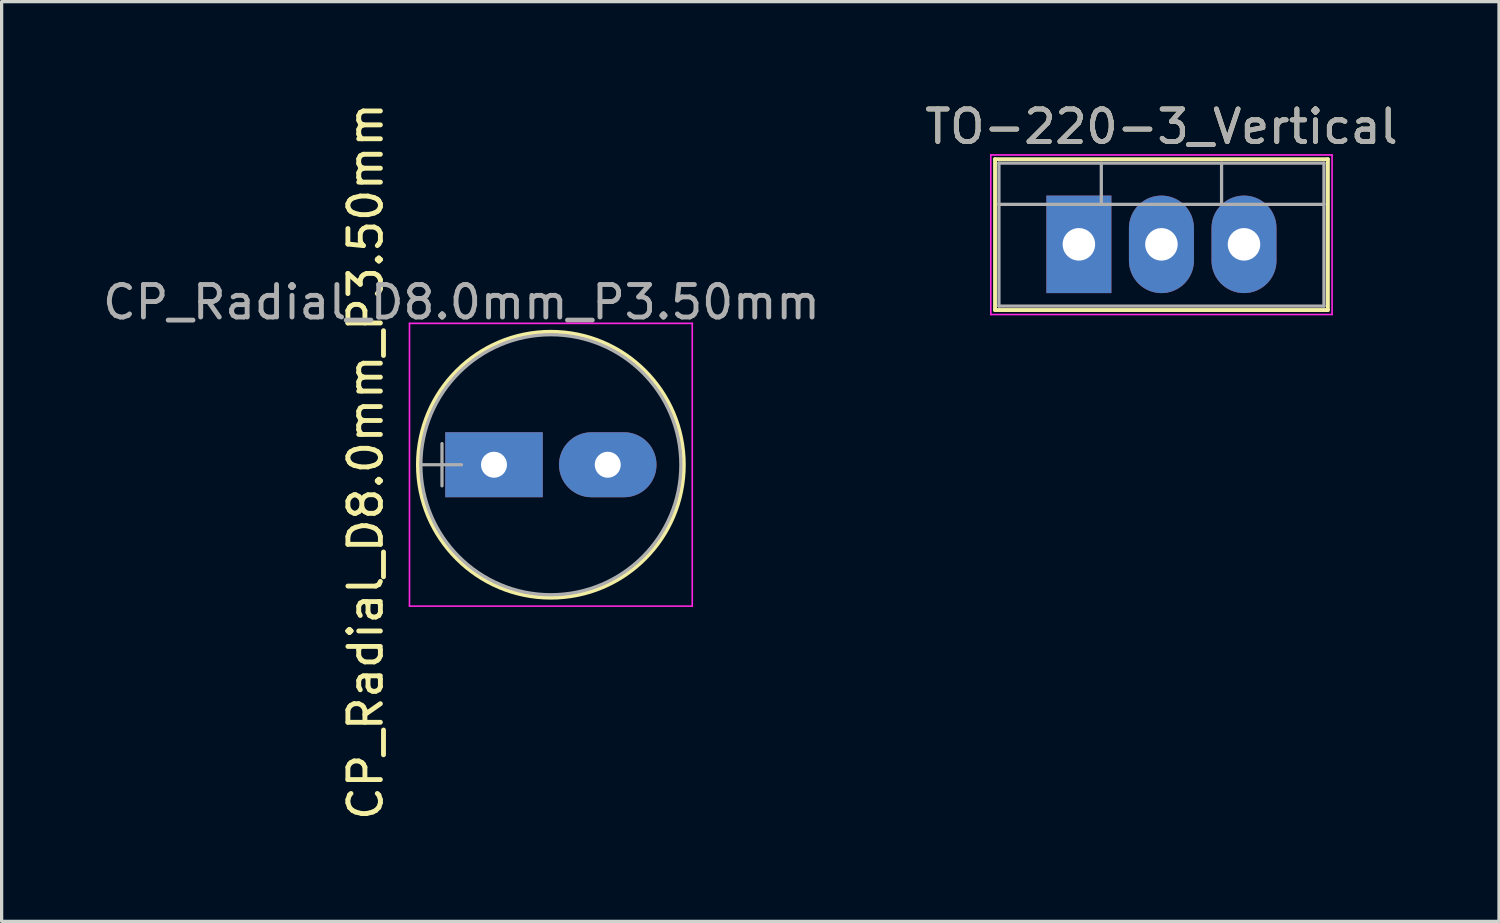
<source format=kicad_pcb>
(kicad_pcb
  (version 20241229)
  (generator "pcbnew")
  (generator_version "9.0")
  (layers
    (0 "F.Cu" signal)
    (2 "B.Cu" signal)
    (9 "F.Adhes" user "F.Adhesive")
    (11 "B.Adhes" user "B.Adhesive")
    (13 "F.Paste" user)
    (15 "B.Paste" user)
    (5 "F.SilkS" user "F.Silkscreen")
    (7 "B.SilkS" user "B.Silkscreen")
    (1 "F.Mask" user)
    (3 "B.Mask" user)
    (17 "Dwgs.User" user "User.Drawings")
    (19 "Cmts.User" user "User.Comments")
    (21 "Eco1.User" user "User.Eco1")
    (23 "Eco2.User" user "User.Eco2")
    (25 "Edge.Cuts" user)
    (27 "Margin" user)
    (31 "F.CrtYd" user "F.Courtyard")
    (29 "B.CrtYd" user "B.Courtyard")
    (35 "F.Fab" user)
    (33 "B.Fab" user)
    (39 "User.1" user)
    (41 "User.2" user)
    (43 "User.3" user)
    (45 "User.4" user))
  (footprint "CP_Radial_D8.0mm_P3.50mm"
    (layer "F.Cu")
    (at 12.149 11.249)
    (property "Reference" "CP_Radial_D8.0mm_P3.50mm" (at -3.95 -0.1 90) (layer "F.SilkS") (effects (font (size 1 1) (thickness 0.15))))
    (attr through_hole)
    (fp_circle (center 1.75 0) (end 5.84 0) (stroke (width 0.12) (type solid)) (fill no) (layer "F.SilkS"))
    (fp_line (start -2.6 -4.35) (end -2.6 4.35) (stroke (width 0.05) (type solid)) (layer "F.CrtYd"))
    (fp_line (start -2.6 4.35) (end 6.1 4.35) (stroke (width 0.05) (type solid)) (layer "F.CrtYd"))
    (fp_line (start 6.1 -4.35) (end -2.6 -4.35) (stroke (width 0.05) (type solid)) (layer "F.CrtYd"))
    (fp_line (start 6.1 4.35) (end 6.1 -4.35) (stroke (width 0.05) (type solid)) (layer "F.CrtYd"))
    (fp_line (start -2.2 0) (end -1 0) (stroke (width 0.1) (type solid)) (layer "F.Fab"))
    (fp_line (start -1.6 -0.65) (end -1.6 0.65) (stroke (width 0.1) (type solid)) (layer "F.Fab"))
    (fp_circle (center 1.75 0) (end 5.75 0) (stroke (width 0.1) (type solid)) (fill no) (layer "F.Fab"))
    (fp_text user "${REFERENCE}" (at -1 -5 0) (layer "F.Fab") (effects (font (size 1 1) (thickness 0.15))))
    (pad "1" thru_hole rect (at 0 0) (size 3 2) (drill 0.8) (layers "*.Cu" "*.Mask"))
    (pad "2" thru_hole oval (at 3.5 0) (size 3 2) (drill 0.8) (layers "*.Cu" "*.Mask")))
  (footprint "TO-220-3_Vertical"
    (layer "F.Cu")
    (at 30.145 4.468)
    (property "Reference" "TO-220-3_Vertical" (at 2.54 -3.62 0) (layer "F.SilkS") (effects (font (size 1 1) (thickness 0.15))))
    (attr through_hole)
    (fp_line (start -2.58 -2.62) (end -2.58 2.021) (stroke (width 0.12) (type solid)) (layer "F.SilkS"))
    (fp_line (start -2.58 -2.62) (end 7.66 -2.62) (stroke (width 0.12) (type solid)) (layer "F.SilkS"))
    (fp_line (start -2.58 2.021) (end 7.66 2.021) (stroke (width 0.12) (type solid)) (layer "F.SilkS"))
    (fp_line (start 7.66 -2.62) (end 7.66 2.021) (stroke (width 0.12) (type solid)) (layer "F.SilkS"))
    (fp_line (start -2.71 -2.75) (end -2.71 2.16) (stroke (width 0.05) (type solid)) (layer "F.CrtYd"))
    (fp_line (start -2.71 2.16) (end 7.79 2.16) (stroke (width 0.05) (type solid)) (layer "F.CrtYd"))
    (fp_line (start 7.79 -2.75) (end -2.71 -2.75) (stroke (width 0.05) (type solid)) (layer "F.CrtYd"))
    (fp_line (start 7.79 2.16) (end 7.79 -2.75) (stroke (width 0.05) (type solid)) (layer "F.CrtYd"))
    (fp_line (start -2.46 -2.5) (end -2.46 1.9) (stroke (width 0.1) (type solid)) (layer "F.Fab"))
    (fp_line (start -2.46 -1.23) (end 7.54 -1.23) (stroke (width 0.1) (type solid)) (layer "F.Fab"))
    (fp_line (start -2.46 1.9) (end 7.54 1.9) (stroke (width 0.1) (type solid)) (layer "F.Fab"))
    (fp_line (start 0.69 -2.5) (end 0.69 -1.23) (stroke (width 0.1) (type solid)) (layer "F.Fab"))
    (fp_line (start 4.39 -2.5) (end 4.39 -1.23) (stroke (width 0.1) (type solid)) (layer "F.Fab"))
    (fp_line (start 7.54 -2.5) (end -2.46 -2.5) (stroke (width 0.1) (type solid)) (layer "F.Fab"))
    (fp_line (start 7.54 1.9) (end 7.54 -2.5) (stroke (width 0.1) (type solid)) (layer "F.Fab"))
    (fp_text user "${REFERENCE}" (at 2.54 -3.62 0) (layer "F.Fab") (effects (font (size 1 1) (thickness 0.15))))
    (pad "1" thru_hole rect (at 0 0) (size 2 3) (drill 1) (layers "*.Cu" "*.Mask"))
    (pad "2" thru_hole oval (at 2.54 0) (size 2 3) (drill 1) (layers "*.Cu" "*.Mask"))
    (pad "3" thru_hole oval (at 5.08 0) (size 2 3) (drill 1) (layers "*.Cu" "*.Mask")))
  (gr_rect
    (start -3 -3)
    (end 43.071 25.298)
    (stroke (width 0.1) (type default))
    (fill no)
    (layer "Edge.Cuts")))
</source>
